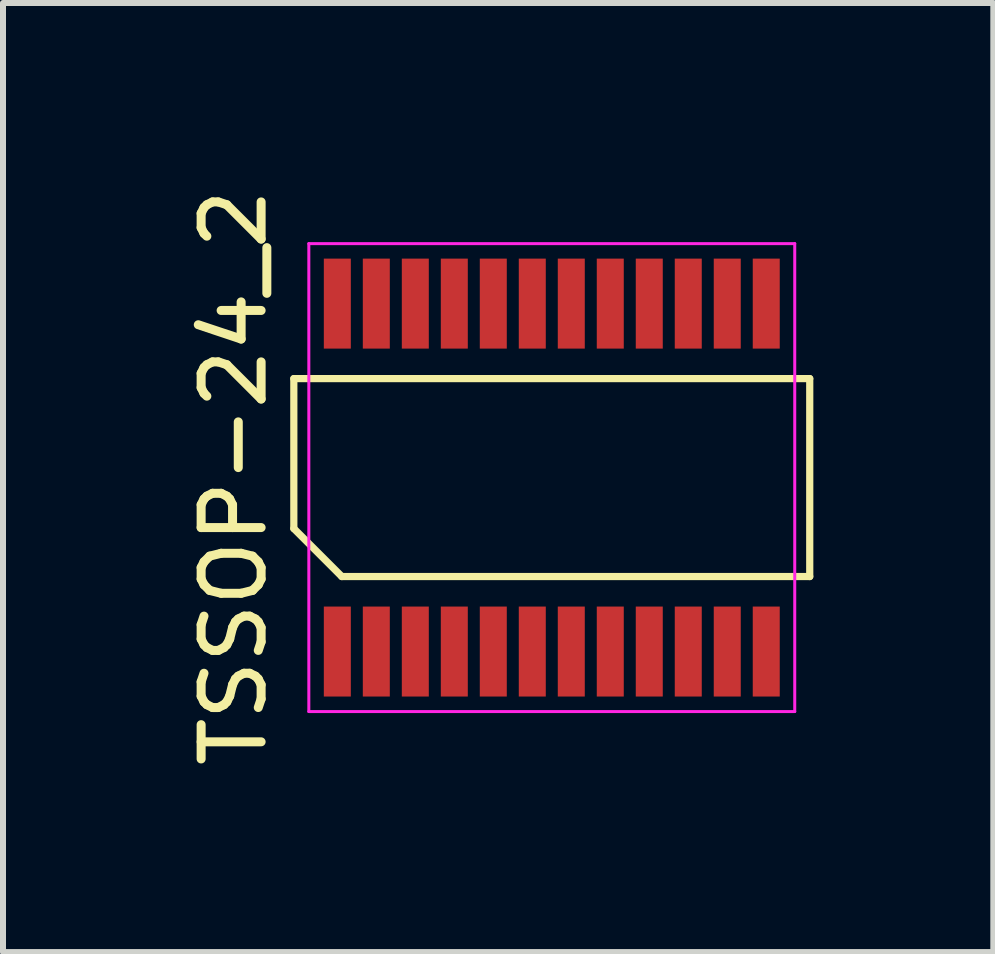
<source format=kicad_pcb>
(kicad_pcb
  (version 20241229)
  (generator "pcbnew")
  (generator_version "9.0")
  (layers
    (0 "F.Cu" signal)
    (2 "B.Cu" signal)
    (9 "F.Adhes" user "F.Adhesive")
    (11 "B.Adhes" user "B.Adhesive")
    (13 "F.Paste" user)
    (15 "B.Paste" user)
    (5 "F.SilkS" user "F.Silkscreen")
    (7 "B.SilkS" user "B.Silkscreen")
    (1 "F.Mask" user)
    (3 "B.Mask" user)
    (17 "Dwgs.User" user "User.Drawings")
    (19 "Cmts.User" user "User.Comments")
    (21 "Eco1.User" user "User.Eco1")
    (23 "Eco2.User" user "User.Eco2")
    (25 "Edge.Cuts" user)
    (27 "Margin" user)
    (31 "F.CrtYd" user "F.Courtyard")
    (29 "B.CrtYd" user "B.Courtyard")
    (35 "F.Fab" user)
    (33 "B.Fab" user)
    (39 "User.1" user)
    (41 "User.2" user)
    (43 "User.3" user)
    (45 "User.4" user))
  (footprint "TSSOP-24_2"
    (layer "F.Cu")
    (at 6.148 4.911)
    (property "Reference" "TSSOP-24_2" (at -5.3 0 90) (layer "F.SilkS") (effects (font (size 1 1) (thickness 0.15))))
    (attr smd)
    (fp_line (start -4.3 -1.65) (end 4.3 -1.65) (stroke (width 0.12) (type solid)) (layer "F.SilkS"))
    (fp_line (start -4.3 0.85) (end -4.3 -1.65) (stroke (width 0.12) (type solid)) (layer "F.SilkS"))
    (fp_line (start -3.5 1.65) (end -4.3 0.85) (stroke (width 0.12) (type solid)) (layer "F.SilkS"))
    (fp_line (start 4.3 -1.65) (end 4.3 1.65) (stroke (width 0.12) (type solid)) (layer "F.SilkS"))
    (fp_line (start 4.3 1.65) (end -3.5 1.65) (stroke (width 0.12) (type solid)) (layer "F.SilkS"))
    (fp_line (start -4.05 -3.9) (end 4.05 -3.9) (stroke (width 0.05) (type solid)) (layer "F.CrtYd"))
    (fp_line (start -4.05 3.9) (end -4.05 -3.9) (stroke (width 0.05) (type solid)) (layer "F.CrtYd"))
    (fp_line (start 4.05 -3.9) (end 4.05 3.9) (stroke (width 0.05) (type solid)) (layer "F.CrtYd"))
    (fp_line (start 4.05 3.9) (end -4.05 3.9) (stroke (width 0.05) (type solid)) (layer "F.CrtYd"))
    (pad "1" smd rect (at -3.575 2.9) (size 0.45 1.5) (layers "F.Cu" "F.Mask" "F.Paste"))
    (pad "2" smd rect (at -2.925 2.9) (size 0.45 1.5) (layers "F.Cu" "F.Mask" "F.Paste"))
    (pad "3" smd rect (at -2.275 2.9) (size 0.45 1.5) (layers "F.Cu" "F.Mask" "F.Paste"))
    (pad "4" smd rect (at -1.625 2.9) (size 0.45 1.5) (layers "F.Cu" "F.Mask" "F.Paste"))
    (pad "5" smd rect (at -0.975 2.9) (size 0.45 1.5) (layers "F.Cu" "F.Mask" "F.Paste"))
    (pad "6" smd rect (at -0.325 2.9) (size 0.45 1.5) (layers "F.Cu" "F.Mask" "F.Paste"))
    (pad "7" smd rect (at 0.325 2.9) (size 0.45 1.5) (layers "F.Cu" "F.Mask" "F.Paste"))
    (pad "8" smd rect (at 0.975 2.9) (size 0.45 1.5) (layers "F.Cu" "F.Mask" "F.Paste"))
    (pad "9" smd rect (at 1.625 2.9) (size 0.45 1.5) (layers "F.Cu" "F.Mask" "F.Paste"))
    (pad "10" smd rect (at 2.275 2.9) (size 0.45 1.5) (layers "F.Cu" "F.Mask" "F.Paste"))
    (pad "11" smd rect (at 2.925 2.9) (size 0.45 1.5) (layers "F.Cu" "F.Mask" "F.Paste"))
    (pad "12" smd rect (at 3.575 2.9) (size 0.45 1.5) (layers "F.Cu" "F.Mask" "F.Paste"))
    (pad "13" smd rect (at 3.575 -2.9) (size 0.45 1.5) (layers "F.Cu" "F.Mask" "F.Paste"))
    (pad "14" smd rect (at 2.925 -2.9) (size 0.45 1.5) (layers "F.Cu" "F.Mask" "F.Paste"))
    (pad "15" smd rect (at 2.275 -2.9) (size 0.45 1.5) (layers "F.Cu" "F.Mask" "F.Paste"))
    (pad "16" smd rect (at 1.625 -2.9) (size 0.45 1.5) (layers "F.Cu" "F.Mask" "F.Paste"))
    (pad "17" smd rect (at 0.975 -2.9) (size 0.45 1.5) (layers "F.Cu" "F.Mask" "F.Paste"))
    (pad "18" smd rect (at 0.325 -2.9) (size 0.45 1.5) (layers "F.Cu" "F.Mask" "F.Paste"))
    (pad "19" smd rect (at -0.325 -2.9) (size 0.45 1.5) (layers "F.Cu" "F.Mask" "F.Paste"))
    (pad "20" smd rect (at -0.975 -2.9) (size 0.45 1.5) (layers "F.Cu" "F.Mask" "F.Paste"))
    (pad "21" smd rect (at -1.625 -2.9) (size 0.45 1.5) (layers "F.Cu" "F.Mask" "F.Paste"))
    (pad "22" smd rect (at -2.275 -2.9) (size 0.45 1.5) (layers "F.Cu" "F.Mask" "F.Paste"))
    (pad "23" smd rect (at -2.925 -2.9) (size 0.45 1.5) (layers "F.Cu" "F.Mask" "F.Paste"))
    (pad "24" smd rect (at -3.575 -2.9) (size 0.45 1.5) (layers "F.Cu" "F.Mask" "F.Paste")))
  (gr_rect
    (start -3 -3)
    (end 13.508 12.821)
    (stroke (width 0.1) (type default))
    (fill no)
    (layer "Edge.Cuts")))
</source>
